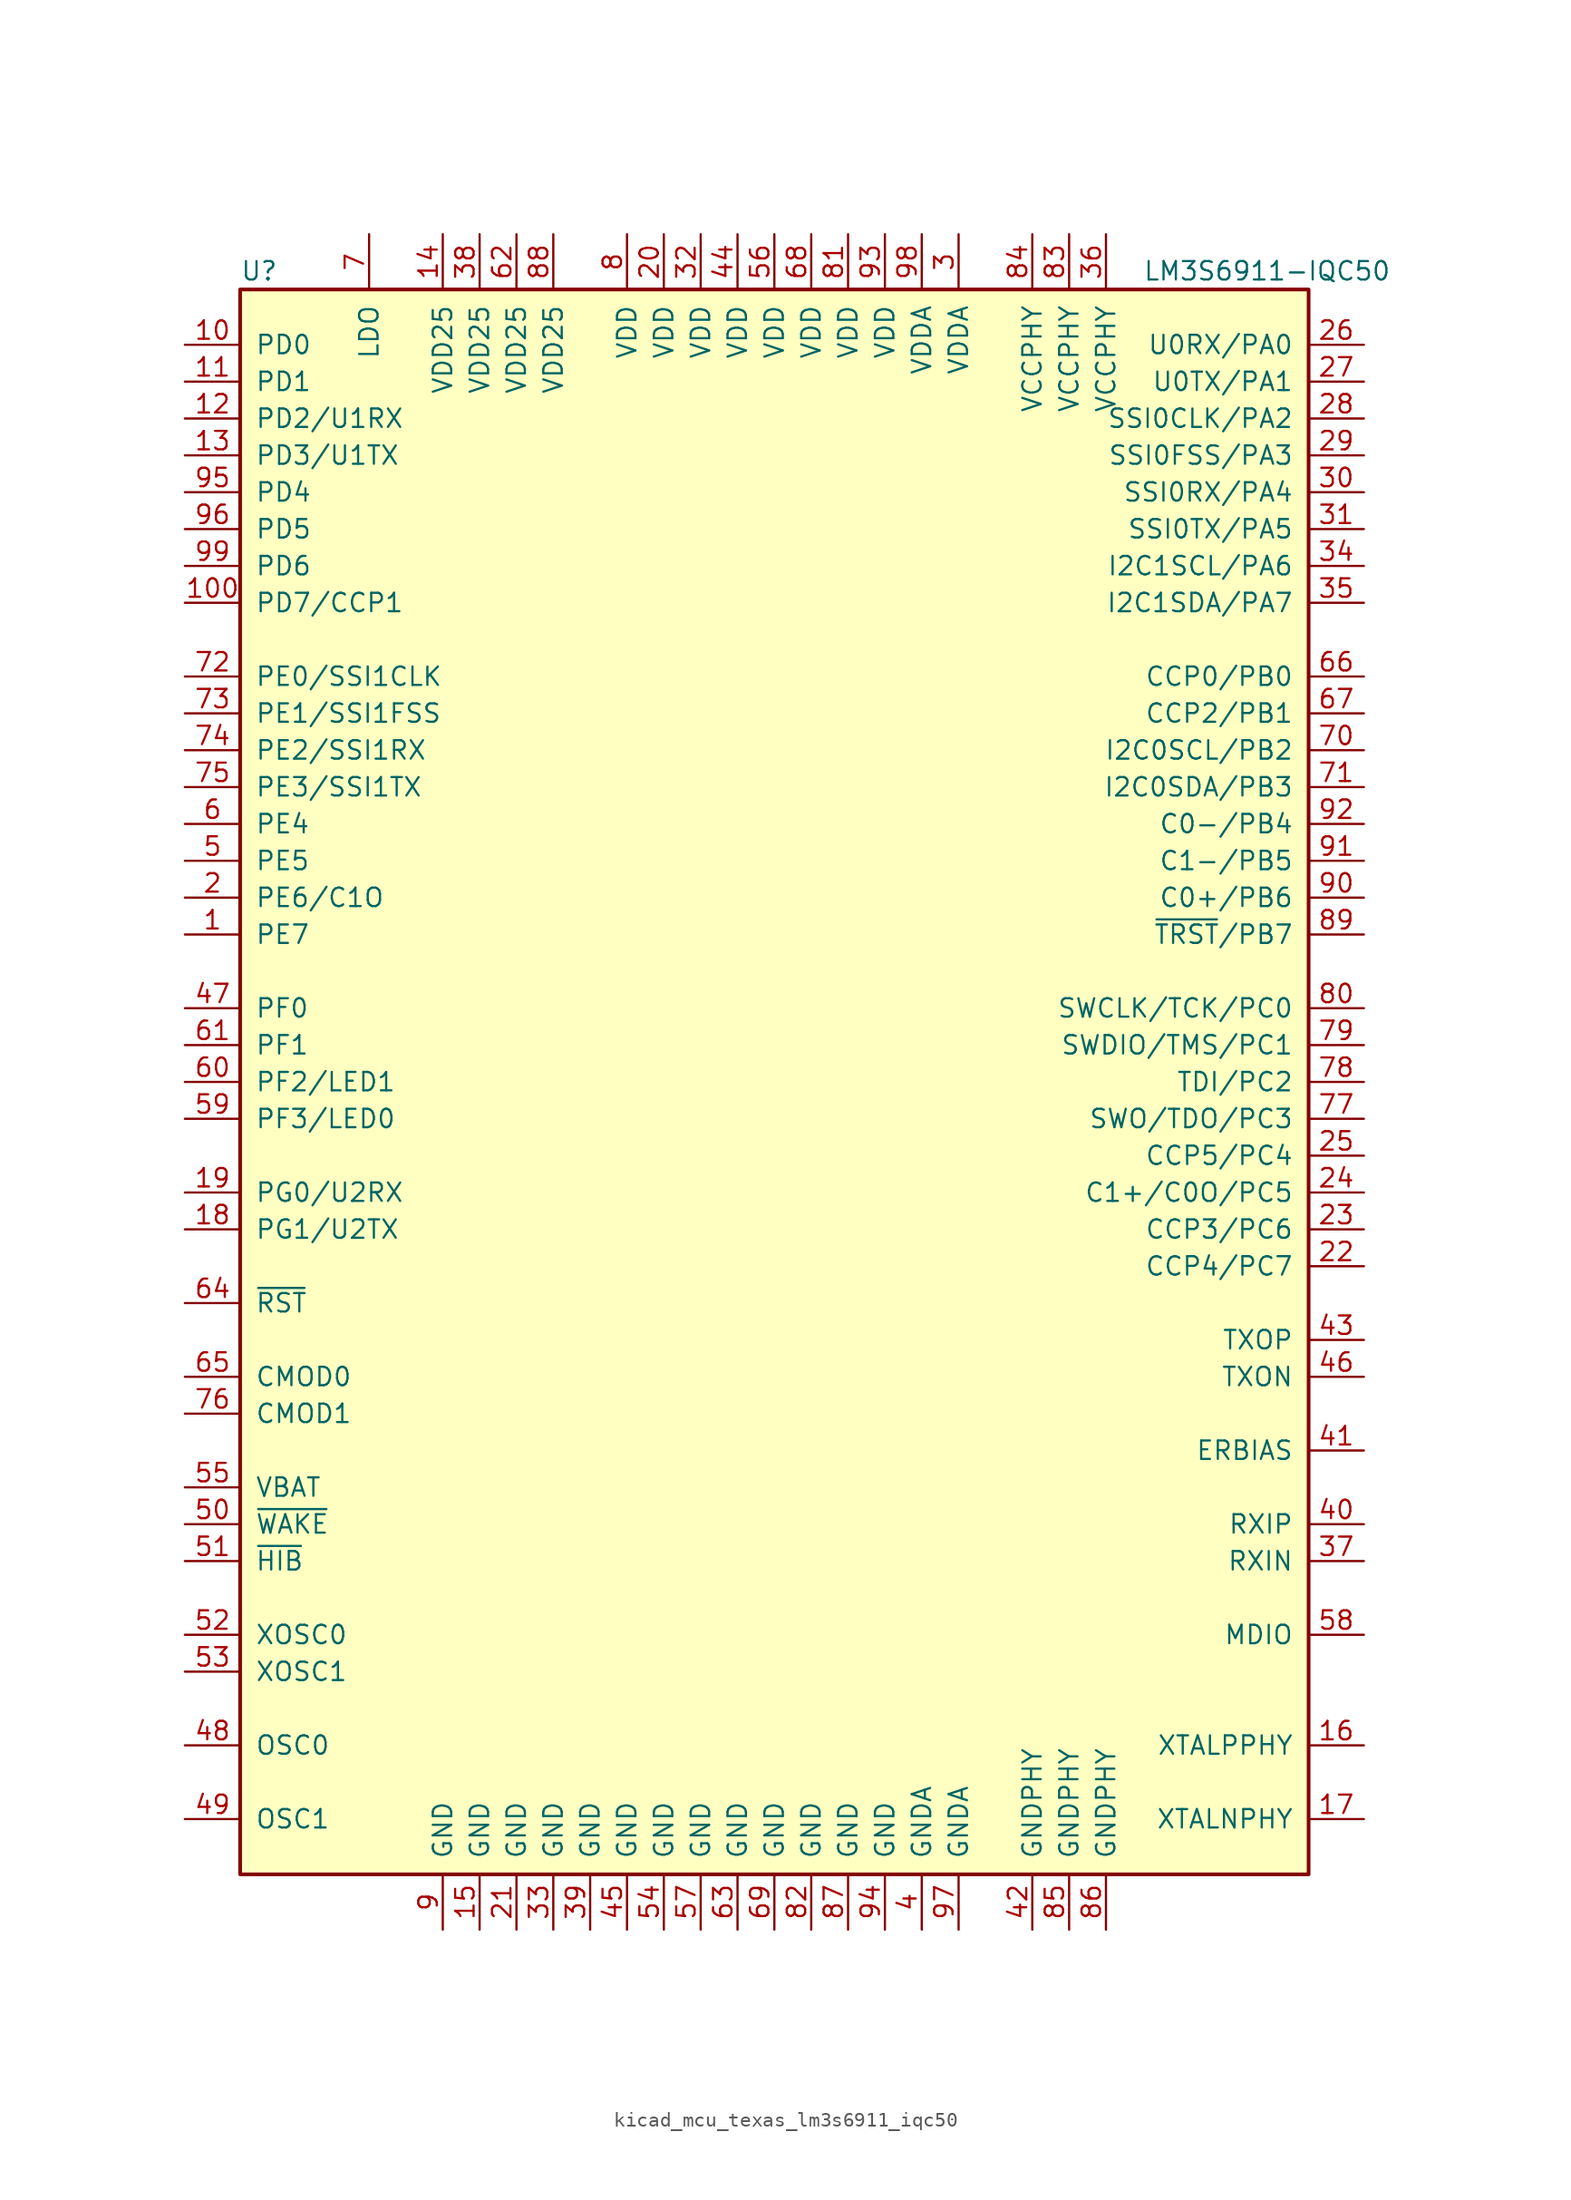
<source format=kicad_sym>
(kicad_symbol_lib
  (version 20220914)
  (generator kicad_symbol_editor)
  (symbol "kicad_mcu_texas_lm3s6911_iqc50"
    (pin_names
      (offset 1.016))
    (property "Reference" "U"
      (at -36.83 55.88 0)
      (effects (font (size 1.27 1.27)) (justify left)))
    (property "Value" "LM3S6911-IQC50"
      (at 25.4 55.88 0)
      (effects (font (size 1.27 1.27)) (justify left)))
    (symbol "kicad_mcu_texas_lm3s6911_iqc50_0_1"
      (rectangle (start -36.83 54.61) (end 36.83 -54.61) (stroke (width 0.254) (type default)) (fill (type background))))
    (symbol "kicad_mcu_texas_lm3s6911_iqc50_1_1"
      (pin bidirectional line (at -40.64 10.16 0) (length 3.81) (name "PE7" (effects (font (size 1.27 1.27)))) (number "1" (effects (font (size 1.27 1.27)))))
      (pin bidirectional line (at -40.64 50.8 0) (length 3.81) (name "PD0" (effects (font (size 1.27 1.27)))) (number "10" (effects (font (size 1.27 1.27)))))
      (pin bidirectional line (at -40.64 33.02 0) (length 3.81) (name "PD7/CCP1" (effects (font (size 1.27 1.27)))) (number "100" (effects (font (size 1.27 1.27)))))
      (pin bidirectional line (at -40.64 48.26 0) (length 3.81) (name "PD1" (effects (font (size 1.27 1.27)))) (number "11" (effects (font (size 1.27 1.27)))))
      (pin bidirectional line (at -40.64 45.72 0) (length 3.81) (name "PD2/U1RX" (effects (font (size 1.27 1.27)))) (number "12" (effects (font (size 1.27 1.27)))))
      (pin bidirectional line (at -40.64 43.18 0) (length 3.81) (name "PD3/U1TX" (effects (font (size 1.27 1.27)))) (number "13" (effects (font (size 1.27 1.27)))))
      (pin power_in line (at -22.86 58.42 270) (length 3.81) (name "VDD25" (effects (font (size 1.27 1.27)))) (number "14" (effects (font (size 1.27 1.27)))))
      (pin power_in line (at -20.32 -58.42 90) (length 3.81) (name "GND" (effects (font (size 1.27 1.27)))) (number "15" (effects (font (size 1.27 1.27)))))
      (pin passive line (at 40.64 -45.72 180) (length 3.81) (name "XTALPPHY" (effects (font (size 1.27 1.27)))) (number "16" (effects (font (size 1.27 1.27)))))
      (pin passive line (at 40.64 -50.8 180) (length 3.81) (name "XTALNPHY" (effects (font (size 1.27 1.27)))) (number "17" (effects (font (size 1.27 1.27)))))
      (pin bidirectional line (at -40.64 -10.16 0) (length 3.81) (name "PG1/U2TX" (effects (font (size 1.27 1.27)))) (number "18" (effects (font (size 1.27 1.27)))))
      (pin bidirectional line (at -40.64 -7.62 0) (length 3.81) (name "PG0/U2RX" (effects (font (size 1.27 1.27)))) (number "19" (effects (font (size 1.27 1.27)))))
      (pin bidirectional line (at -40.64 12.7 0) (length 3.81) (name "PE6/C1O" (effects (font (size 1.27 1.27)))) (number "2" (effects (font (size 1.27 1.27)))))
      (pin power_in line (at -7.62 58.42 270) (length 3.81) (name "VDD" (effects (font (size 1.27 1.27)))) (number "20" (effects (font (size 1.27 1.27)))))
      (pin power_in line (at -17.78 -58.42 90) (length 3.81) (name "GND" (effects (font (size 1.27 1.27)))) (number "21" (effects (font (size 1.27 1.27)))))
      (pin bidirectional line (at 40.64 -12.7 180) (length 3.81) (name "CCP4/PC7" (effects (font (size 1.27 1.27)))) (number "22" (effects (font (size 1.27 1.27)))))
      (pin bidirectional line (at 40.64 -10.16 180) (length 3.81) (name "CCP3/PC6" (effects (font (size 1.27 1.27)))) (number "23" (effects (font (size 1.27 1.27)))))
      (pin bidirectional line (at 40.64 -7.62 180) (length 3.81) (name "C1+/C0O/PC5" (effects (font (size 1.27 1.27)))) (number "24" (effects (font (size 1.27 1.27)))))
      (pin bidirectional line (at 40.64 -5.08 180) (length 3.81) (name "CCP5/PC4" (effects (font (size 1.27 1.27)))) (number "25" (effects (font (size 1.27 1.27)))))
      (pin bidirectional line (at 40.64 50.8 180) (length 3.81) (name "U0RX/PA0" (effects (font (size 1.27 1.27)))) (number "26" (effects (font (size 1.27 1.27)))))
      (pin bidirectional line (at 40.64 48.26 180) (length 3.81) (name "U0TX/PA1" (effects (font (size 1.27 1.27)))) (number "27" (effects (font (size 1.27 1.27)))))
      (pin bidirectional line (at 40.64 45.72 180) (length 3.81) (name "SSI0CLK/PA2" (effects (font (size 1.27 1.27)))) (number "28" (effects (font (size 1.27 1.27)))))
      (pin bidirectional line (at 40.64 43.18 180) (length 3.81) (name "SSI0FSS/PA3" (effects (font (size 1.27 1.27)))) (number "29" (effects (font (size 1.27 1.27)))))
      (pin power_in line (at 12.7 58.42 270) (length 3.81) (name "VDDA" (effects (font (size 1.27 1.27)))) (number "3" (effects (font (size 1.27 1.27)))))
      (pin bidirectional line (at 40.64 40.64 180) (length 3.81) (name "SSI0RX/PA4" (effects (font (size 1.27 1.27)))) (number "30" (effects (font (size 1.27 1.27)))))
      (pin bidirectional line (at 40.64 38.1 180) (length 3.81) (name "SSI0TX/PA5" (effects (font (size 1.27 1.27)))) (number "31" (effects (font (size 1.27 1.27)))))
      (pin power_in line (at -5.08 58.42 270) (length 3.81) (name "VDD" (effects (font (size 1.27 1.27)))) (number "32" (effects (font (size 1.27 1.27)))))
      (pin power_in line (at -15.24 -58.42 90) (length 3.81) (name "GND" (effects (font (size 1.27 1.27)))) (number "33" (effects (font (size 1.27 1.27)))))
      (pin bidirectional line (at 40.64 35.56 180) (length 3.81) (name "I2C1SCL/PA6" (effects (font (size 1.27 1.27)))) (number "34" (effects (font (size 1.27 1.27)))))
      (pin bidirectional line (at 40.64 33.02 180) (length 3.81) (name "I2C1SDA/PA7" (effects (font (size 1.27 1.27)))) (number "35" (effects (font (size 1.27 1.27)))))
      (pin power_in line (at 22.86 58.42 270) (length 3.81) (name "VCCPHY" (effects (font (size 1.27 1.27)))) (number "36" (effects (font (size 1.27 1.27)))))
      (pin passive line (at 40.64 -33.02 180) (length 3.81) (name "RXIN" (effects (font (size 1.27 1.27)))) (number "37" (effects (font (size 1.27 1.27)))))
      (pin power_in line (at -20.32 58.42 270) (length 3.81) (name "VDD25" (effects (font (size 1.27 1.27)))) (number "38" (effects (font (size 1.27 1.27)))))
      (pin power_in line (at -12.7 -58.42 90) (length 3.81) (name "GND" (effects (font (size 1.27 1.27)))) (number "39" (effects (font (size 1.27 1.27)))))
      (pin power_in line (at 10.16 -58.42 90) (length 3.81) (name "GNDA" (effects (font (size 1.27 1.27)))) (number "4" (effects (font (size 1.27 1.27)))))
      (pin passive line (at 40.64 -30.48 180) (length 3.81) (name "RXIP" (effects (font (size 1.27 1.27)))) (number "40" (effects (font (size 1.27 1.27)))))
      (pin passive line (at 40.64 -25.4 180) (length 3.81) (name "ERBIAS" (effects (font (size 1.27 1.27)))) (number "41" (effects (font (size 1.27 1.27)))))
      (pin power_in line (at 17.78 -58.42 90) (length 3.81) (name "GNDPHY" (effects (font (size 1.27 1.27)))) (number "42" (effects (font (size 1.27 1.27)))))
      (pin passive line (at 40.64 -17.78 180) (length 3.81) (name "TXOP" (effects (font (size 1.27 1.27)))) (number "43" (effects (font (size 1.27 1.27)))))
      (pin power_in line (at -2.54 58.42 270) (length 3.81) (name "VDD" (effects (font (size 1.27 1.27)))) (number "44" (effects (font (size 1.27 1.27)))))
      (pin power_in line (at -10.16 -58.42 90) (length 3.81) (name "GND" (effects (font (size 1.27 1.27)))) (number "45" (effects (font (size 1.27 1.27)))))
      (pin passive line (at 40.64 -20.32 180) (length 3.81) (name "TXON" (effects (font (size 1.27 1.27)))) (number "46" (effects (font (size 1.27 1.27)))))
      (pin bidirectional line (at -40.64 5.08 0) (length 3.81) (name "PF0" (effects (font (size 1.27 1.27)))) (number "47" (effects (font (size 1.27 1.27)))))
      (pin passive line (at -40.64 -45.72 0) (length 3.81) (name "OSC0" (effects (font (size 1.27 1.27)))) (number "48" (effects (font (size 1.27 1.27)))))
      (pin passive line (at -40.64 -50.8 0) (length 3.81) (name "OSC1" (effects (font (size 1.27 1.27)))) (number "49" (effects (font (size 1.27 1.27)))))
      (pin bidirectional line (at -40.64 15.24 0) (length 3.81) (name "PE5" (effects (font (size 1.27 1.27)))) (number "5" (effects (font (size 1.27 1.27)))))
      (pin input line (at -40.64 -30.48 0) (length 3.81) (name "~{WAKE}" (effects (font (size 1.27 1.27)))) (number "50" (effects (font (size 1.27 1.27)))))
      (pin open_collector line (at -40.64 -33.02 0) (length 3.81) (name "~{HIB}" (effects (font (size 1.27 1.27)))) (number "51" (effects (font (size 1.27 1.27)))))
      (pin passive line (at -40.64 -38.1 0) (length 3.81) (name "XOSC0" (effects (font (size 1.27 1.27)))) (number "52" (effects (font (size 1.27 1.27)))))
      (pin passive line (at -40.64 -40.64 0) (length 3.81) (name "XOSC1" (effects (font (size 1.27 1.27)))) (number "53" (effects (font (size 1.27 1.27)))))
      (pin power_in line (at -7.62 -58.42 90) (length 3.81) (name "GND" (effects (font (size 1.27 1.27)))) (number "54" (effects (font (size 1.27 1.27)))))
      (pin passive line (at -40.64 -27.94 0) (length 3.81) (name "VBAT" (effects (font (size 1.27 1.27)))) (number "55" (effects (font (size 1.27 1.27)))))
      (pin power_in line (at 0 58.42 270) (length 3.81) (name "VDD" (effects (font (size 1.27 1.27)))) (number "56" (effects (font (size 1.27 1.27)))))
      (pin power_in line (at -5.08 -58.42 90) (length 3.81) (name "GND" (effects (font (size 1.27 1.27)))) (number "57" (effects (font (size 1.27 1.27)))))
      (pin input line (at 40.64 -38.1 180) (length 3.81) (name "MDIO" (effects (font (size 1.27 1.27)))) (number "58" (effects (font (size 1.27 1.27)))))
      (pin bidirectional line (at -40.64 -2.54 0) (length 3.81) (name "PF3/LED0" (effects (font (size 1.27 1.27)))) (number "59" (effects (font (size 1.27 1.27)))))
      (pin bidirectional line (at -40.64 17.78 0) (length 3.81) (name "PE4" (effects (font (size 1.27 1.27)))) (number "6" (effects (font (size 1.27 1.27)))))
      (pin bidirectional line (at -40.64 0 0) (length 3.81) (name "PF2/LED1" (effects (font (size 1.27 1.27)))) (number "60" (effects (font (size 1.27 1.27)))))
      (pin bidirectional line (at -40.64 2.54 0) (length 3.81) (name "PF1" (effects (font (size 1.27 1.27)))) (number "61" (effects (font (size 1.27 1.27)))))
      (pin power_in line (at -17.78 58.42 270) (length 3.81) (name "VDD25" (effects (font (size 1.27 1.27)))) (number "62" (effects (font (size 1.27 1.27)))))
      (pin power_in line (at -2.54 -58.42 90) (length 3.81) (name "GND" (effects (font (size 1.27 1.27)))) (number "63" (effects (font (size 1.27 1.27)))))
      (pin input line (at -40.64 -15.24 0) (length 3.81) (name "~{RST}" (effects (font (size 1.27 1.27)))) (number "64" (effects (font (size 1.27 1.27)))))
      (pin input line (at -40.64 -20.32 0) (length 3.81) (name "CMOD0" (effects (font (size 1.27 1.27)))) (number "65" (effects (font (size 1.27 1.27)))))
      (pin bidirectional line (at 40.64 27.94 180) (length 3.81) (name "CCP0/PB0" (effects (font (size 1.27 1.27)))) (number "66" (effects (font (size 1.27 1.27)))))
      (pin bidirectional line (at 40.64 25.4 180) (length 3.81) (name "CCP2/PB1" (effects (font (size 1.27 1.27)))) (number "67" (effects (font (size 1.27 1.27)))))
      (pin power_in line (at 2.54 58.42 270) (length 3.81) (name "VDD" (effects (font (size 1.27 1.27)))) (number "68" (effects (font (size 1.27 1.27)))))
      (pin power_in line (at 0 -58.42 90) (length 3.81) (name "GND" (effects (font (size 1.27 1.27)))) (number "69" (effects (font (size 1.27 1.27)))))
      (pin passive line (at -27.94 58.42 270) (length 3.81) (name "LDO" (effects (font (size 1.27 1.27)))) (number "7" (effects (font (size 1.27 1.27)))))
      (pin bidirectional line (at 40.64 22.86 180) (length 3.81) (name "I2C0SCL/PB2" (effects (font (size 1.27 1.27)))) (number "70" (effects (font (size 1.27 1.27)))))
      (pin bidirectional line (at 40.64 20.32 180) (length 3.81) (name "I2C0SDA/PB3" (effects (font (size 1.27 1.27)))) (number "71" (effects (font (size 1.27 1.27)))))
      (pin bidirectional line (at -40.64 27.94 0) (length 3.81) (name "PE0/SSI1CLK" (effects (font (size 1.27 1.27)))) (number "72" (effects (font (size 1.27 1.27)))))
      (pin bidirectional line (at -40.64 25.4 0) (length 3.81) (name "PE1/SSI1FSS" (effects (font (size 1.27 1.27)))) (number "73" (effects (font (size 1.27 1.27)))))
      (pin bidirectional line (at -40.64 22.86 0) (length 3.81) (name "PE2/SSI1RX" (effects (font (size 1.27 1.27)))) (number "74" (effects (font (size 1.27 1.27)))))
      (pin bidirectional line (at -40.64 20.32 0) (length 3.81) (name "PE3/SSI1TX" (effects (font (size 1.27 1.27)))) (number "75" (effects (font (size 1.27 1.27)))))
      (pin input line (at -40.64 -22.86 0) (length 3.81) (name "CMOD1" (effects (font (size 1.27 1.27)))) (number "76" (effects (font (size 1.27 1.27)))))
      (pin bidirectional line (at 40.64 -2.54 180) (length 3.81) (name "SWO/TDO/PC3" (effects (font (size 1.27 1.27)))) (number "77" (effects (font (size 1.27 1.27)))))
      (pin bidirectional line (at 40.64 0 180) (length 3.81) (name "TDI/PC2" (effects (font (size 1.27 1.27)))) (number "78" (effects (font (size 1.27 1.27)))))
      (pin bidirectional line (at 40.64 2.54 180) (length 3.81) (name "SWDIO/TMS/PC1" (effects (font (size 1.27 1.27)))) (number "79" (effects (font (size 1.27 1.27)))))
      (pin power_in line (at -10.16 58.42 270) (length 3.81) (name "VDD" (effects (font (size 1.27 1.27)))) (number "8" (effects (font (size 1.27 1.27)))))
      (pin bidirectional line (at 40.64 5.08 180) (length 3.81) (name "SWCLK/TCK/PC0" (effects (font (size 1.27 1.27)))) (number "80" (effects (font (size 1.27 1.27)))))
      (pin power_in line (at 5.08 58.42 270) (length 3.81) (name "VDD" (effects (font (size 1.27 1.27)))) (number "81" (effects (font (size 1.27 1.27)))))
      (pin power_in line (at 2.54 -58.42 90) (length 3.81) (name "GND" (effects (font (size 1.27 1.27)))) (number "82" (effects (font (size 1.27 1.27)))))
      (pin power_in line (at 20.32 58.42 270) (length 3.81) (name "VCCPHY" (effects (font (size 1.27 1.27)))) (number "83" (effects (font (size 1.27 1.27)))))
      (pin power_in line (at 17.78 58.42 270) (length 3.81) (name "VCCPHY" (effects (font (size 1.27 1.27)))) (number "84" (effects (font (size 1.27 1.27)))))
      (pin power_in line (at 20.32 -58.42 90) (length 3.81) (name "GNDPHY" (effects (font (size 1.27 1.27)))) (number "85" (effects (font (size 1.27 1.27)))))
      (pin power_in line (at 22.86 -58.42 90) (length 3.81) (name "GNDPHY" (effects (font (size 1.27 1.27)))) (number "86" (effects (font (size 1.27 1.27)))))
      (pin power_in line (at 5.08 -58.42 90) (length 3.81) (name "GND" (effects (font (size 1.27 1.27)))) (number "87" (effects (font (size 1.27 1.27)))))
      (pin power_in line (at -15.24 58.42 270) (length 3.81) (name "VDD25" (effects (font (size 1.27 1.27)))) (number "88" (effects (font (size 1.27 1.27)))))
      (pin bidirectional line (at 40.64 10.16 180) (length 3.81) (name "~{TRST}/PB7" (effects (font (size 1.27 1.27)))) (number "89" (effects (font (size 1.27 1.27)))))
      (pin power_in line (at -22.86 -58.42 90) (length 3.81) (name "GND" (effects (font (size 1.27 1.27)))) (number "9" (effects (font (size 1.27 1.27)))))
      (pin bidirectional line (at 40.64 12.7 180) (length 3.81) (name "C0+/PB6" (effects (font (size 1.27 1.27)))) (number "90" (effects (font (size 1.27 1.27)))))
      (pin bidirectional line (at 40.64 15.24 180) (length 3.81) (name "C1-/PB5" (effects (font (size 1.27 1.27)))) (number "91" (effects (font (size 1.27 1.27)))))
      (pin bidirectional line (at 40.64 17.78 180) (length 3.81) (name "C0-/PB4" (effects (font (size 1.27 1.27)))) (number "92" (effects (font (size 1.27 1.27)))))
      (pin power_in line (at 7.62 58.42 270) (length 3.81) (name "VDD" (effects (font (size 1.27 1.27)))) (number "93" (effects (font (size 1.27 1.27)))))
      (pin power_in line (at 7.62 -58.42 90) (length 3.81) (name "GND" (effects (font (size 1.27 1.27)))) (number "94" (effects (font (size 1.27 1.27)))))
      (pin bidirectional line (at -40.64 40.64 0) (length 3.81) (name "PD4" (effects (font (size 1.27 1.27)))) (number "95" (effects (font (size 1.27 1.27)))))
      (pin bidirectional line (at -40.64 38.1 0) (length 3.81) (name "PD5" (effects (font (size 1.27 1.27)))) (number "96" (effects (font (size 1.27 1.27)))))
      (pin power_in line (at 12.7 -58.42 90) (length 3.81) (name "GNDA" (effects (font (size 1.27 1.27)))) (number "97" (effects (font (size 1.27 1.27)))))
      (pin power_in line (at 10.16 58.42 270) (length 3.81) (name "VDDA" (effects (font (size 1.27 1.27)))) (number "98" (effects (font (size 1.27 1.27)))))
      (pin bidirectional line (at -40.64 35.56 0) (length 3.81) (name "PD6" (effects (font (size 1.27 1.27)))) (number "99" (effects (font (size 1.27 1.27))))))))
</source>
